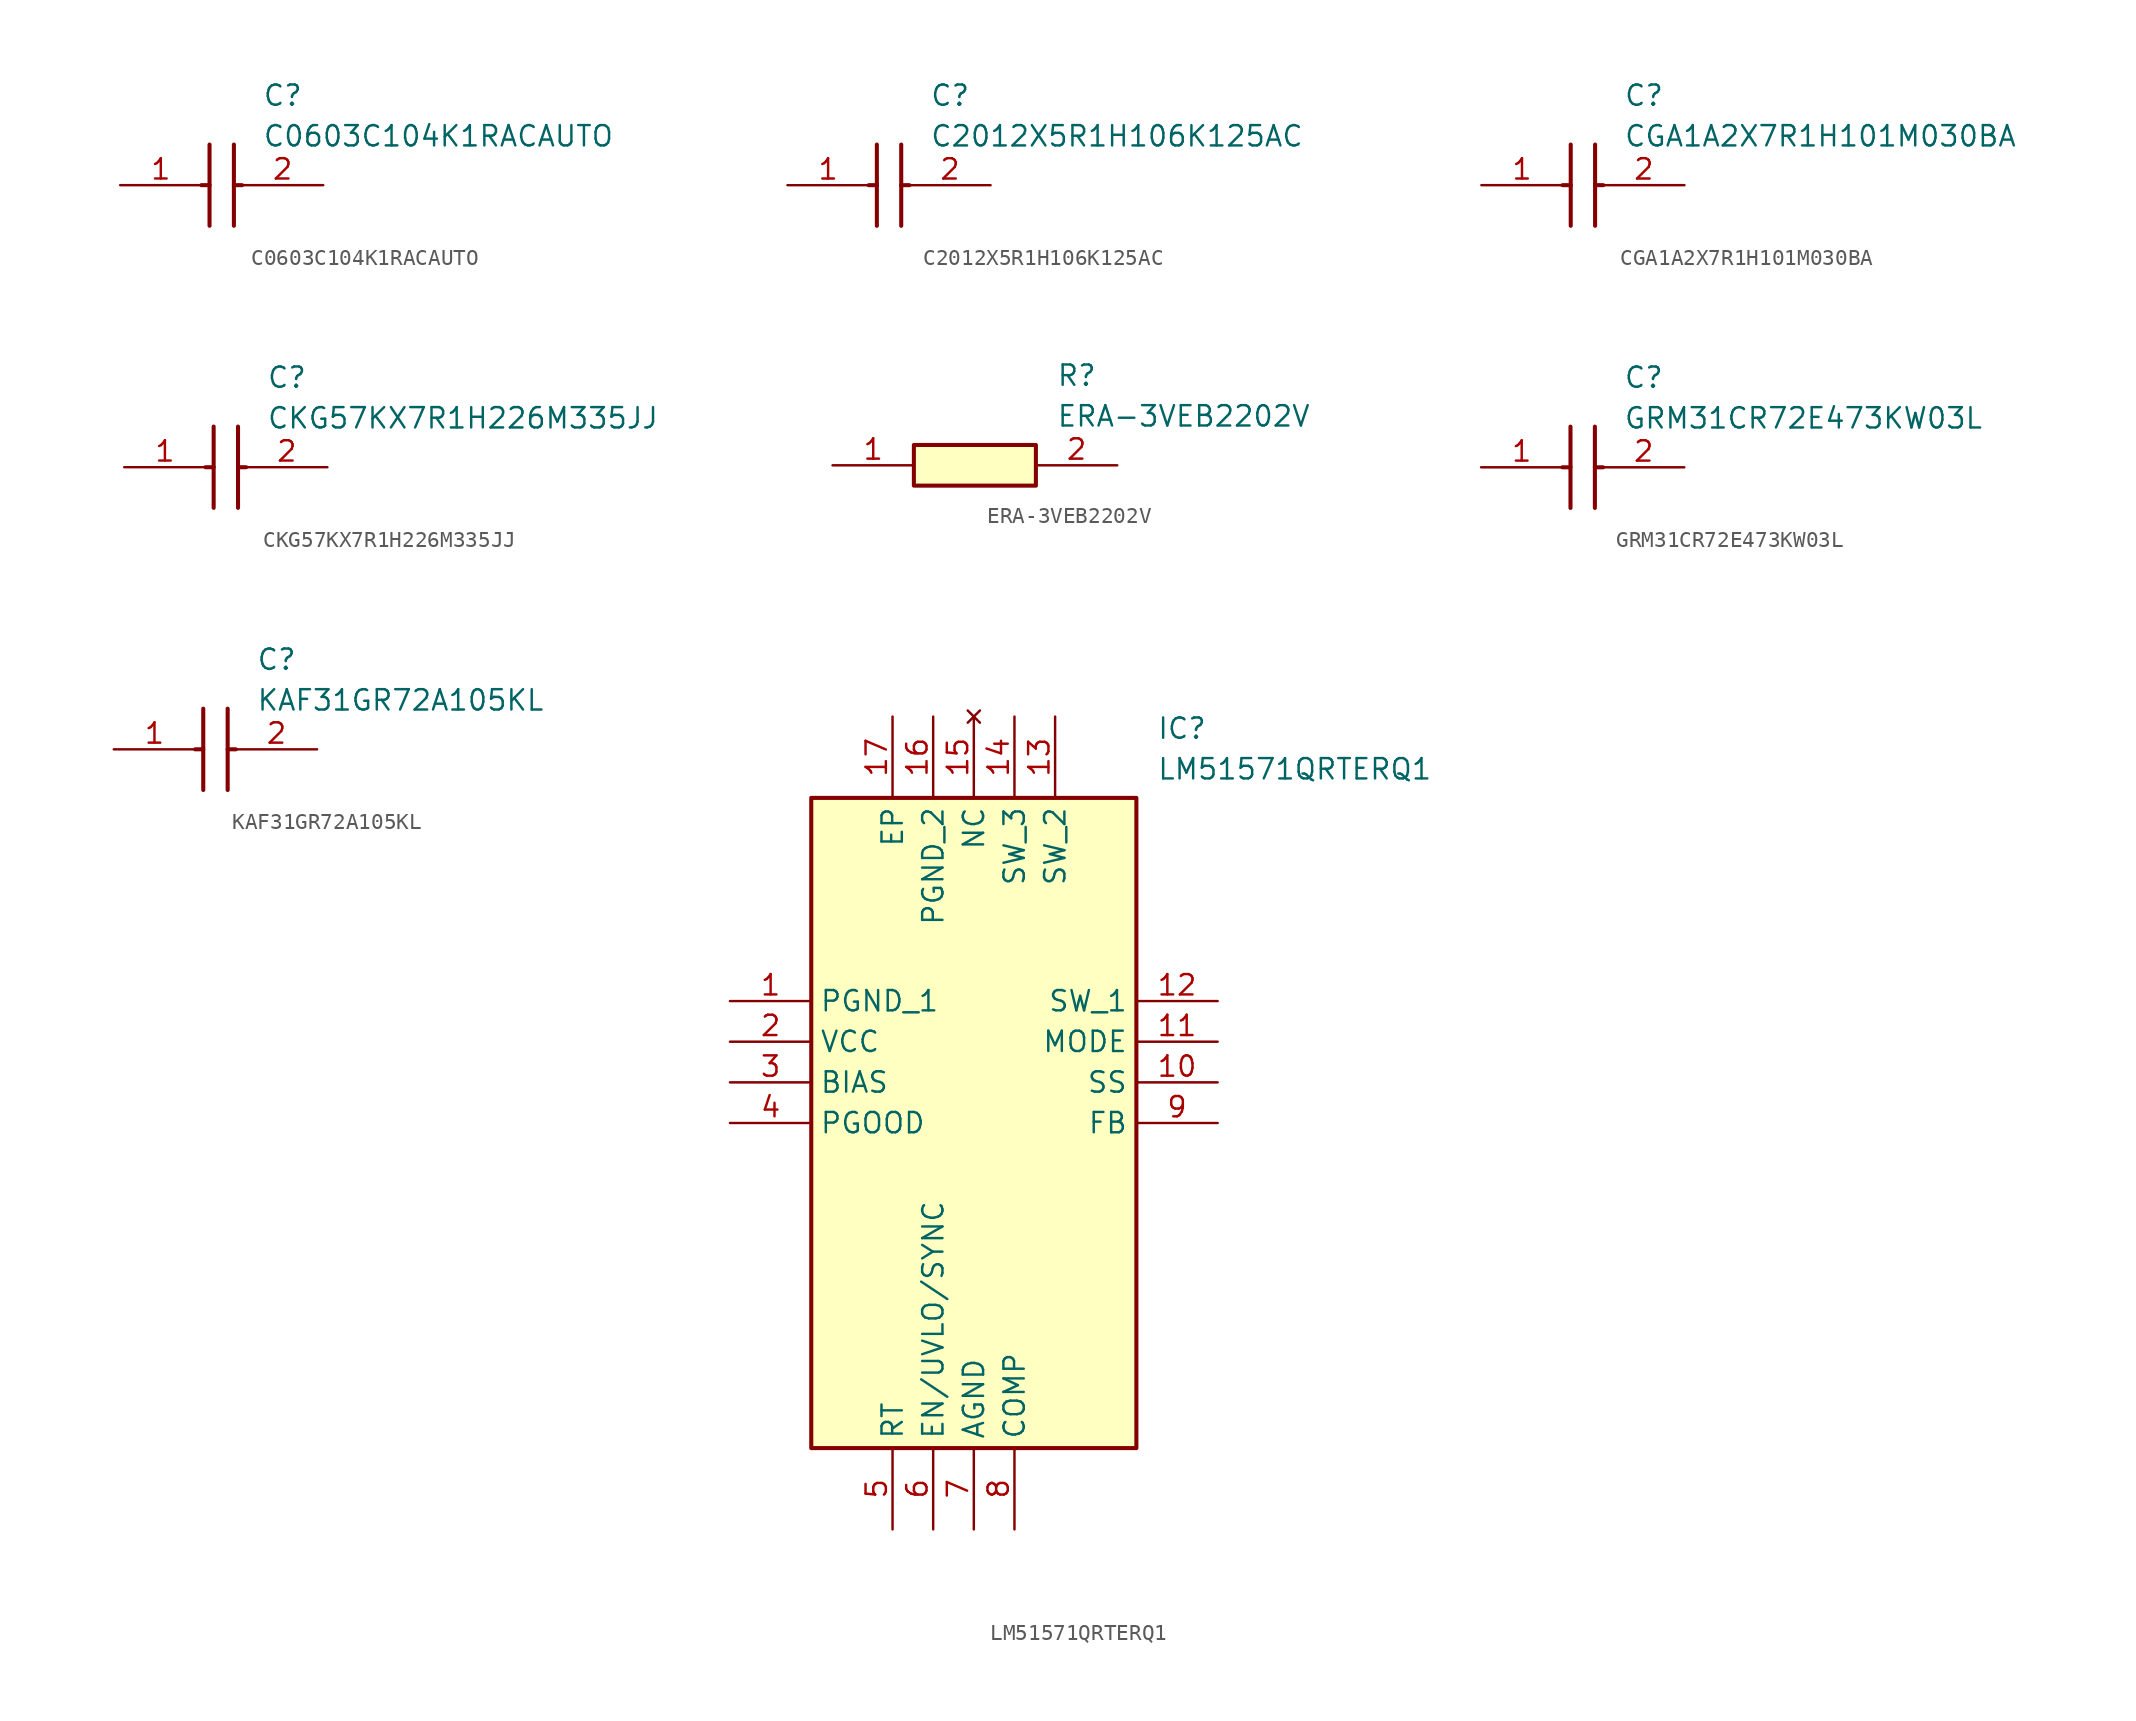
<source format=kicad_sym>
(kicad_symbol_lib
  (version 20220914)
  (generator SamacSys_ECAD_Model)
  (symbol "C0603C104K1RACAUTO"
    (pin_names hide)
    (property "Reference" "C"
      (at 8.89 6.35 0)
      (effects (font (size 1.27 1.27)) (justify left top)))
    (property "Value" "C0603C104K1RACAUTO"
      (at 8.89 3.81 0)
      (effects (font (size 1.27 1.27)) (justify left top)))
    (polyline
      (pts (xy 5.588 2.54) (xy 5.588 -2.54))
      (stroke (width 0.254) (type default))
      (fill (type none)))
    (polyline
      (pts (xy 7.112 2.54) (xy 7.112 -2.54))
      (stroke (width 0.254) (type default))
      (fill (type none)))
    (polyline
      (pts (xy 5.08 0) (xy 5.588 0))
      (stroke (width 0.254) (type default))
      (fill (type none)))
    (polyline
      (pts (xy 7.112 0) (xy 7.62 0))
      (stroke (width 0.254) (type default))
      (fill (type none)))
    (pin passive line
      (at 0 0 0)
      (length 5.08)
      (name "1" (effects (font (size 1.27 1.27))))
      (number "1" (effects (font (size 1.27 1.27)))))
    (pin passive line
      (at 12.7 0 180)
      (length 5.08)
      (name "2" (effects (font (size 1.27 1.27))))
      (number "2" (effects (font (size 1.27 1.27))))))
  (symbol "C2012X5R1H106K125AC"
    (pin_names hide)
    (property "Reference" "C"
      (at 8.89 6.35 0)
      (effects (font (size 1.27 1.27)) (justify left top)))
    (property "Value" "C2012X5R1H106K125AC"
      (at 8.89 3.81 0)
      (effects (font (size 1.27 1.27)) (justify left top)))
    (polyline
      (pts (xy 5.588 2.54) (xy 5.588 -2.54))
      (stroke (width 0.254) (type default))
      (fill (type none)))
    (polyline
      (pts (xy 7.112 2.54) (xy 7.112 -2.54))
      (stroke (width 0.254) (type default))
      (fill (type none)))
    (polyline
      (pts (xy 5.08 0) (xy 5.588 0))
      (stroke (width 0.254) (type default))
      (fill (type none)))
    (polyline
      (pts (xy 7.112 0) (xy 7.62 0))
      (stroke (width 0.254) (type default))
      (fill (type none)))
    (pin passive line
      (at 0 0 0)
      (length 5.08)
      (name "1" (effects (font (size 1.27 1.27))))
      (number "1" (effects (font (size 1.27 1.27)))))
    (pin passive line
      (at 12.7 0 180)
      (length 5.08)
      (name "2" (effects (font (size 1.27 1.27))))
      (number "2" (effects (font (size 1.27 1.27))))))
  (symbol "CGA1A2X7R1H101M030BA"
    (pin_names hide)
    (property "Reference" "C"
      (at 8.89 6.35 0)
      (effects (font (size 1.27 1.27)) (justify left top)))
    (property "Value" "CGA1A2X7R1H101M030BA"
      (at 8.89 3.81 0)
      (effects (font (size 1.27 1.27)) (justify left top)))
    (polyline
      (pts (xy 5.588 2.54) (xy 5.588 -2.54))
      (stroke (width 0.254) (type default))
      (fill (type none)))
    (polyline
      (pts (xy 7.112 2.54) (xy 7.112 -2.54))
      (stroke (width 0.254) (type default))
      (fill (type none)))
    (polyline
      (pts (xy 5.08 0) (xy 5.588 0))
      (stroke (width 0.254) (type default))
      (fill (type none)))
    (polyline
      (pts (xy 7.112 0) (xy 7.62 0))
      (stroke (width 0.254) (type default))
      (fill (type none)))
    (pin passive line
      (at 0 0 0)
      (length 5.08)
      (name "1" (effects (font (size 1.27 1.27))))
      (number "1" (effects (font (size 1.27 1.27)))))
    (pin passive line
      (at 12.7 0 180)
      (length 5.08)
      (name "2" (effects (font (size 1.27 1.27))))
      (number "2" (effects (font (size 1.27 1.27))))))
  (symbol "CKG57KX7R1H226M335JJ"
    (pin_names hide)
    (property "Reference" "C"
      (at 8.89 6.35 0)
      (effects (font (size 1.27 1.27)) (justify left top)))
    (property "Value" "CKG57KX7R1H226M335JJ"
      (at 8.89 3.81 0)
      (effects (font (size 1.27 1.27)) (justify left top)))
    (polyline
      (pts (xy 5.588 2.54) (xy 5.588 -2.54))
      (stroke (width 0.254) (type default))
      (fill (type none)))
    (polyline
      (pts (xy 7.112 2.54) (xy 7.112 -2.54))
      (stroke (width 0.254) (type default))
      (fill (type none)))
    (polyline
      (pts (xy 5.08 0) (xy 5.588 0))
      (stroke (width 0.254) (type default))
      (fill (type none)))
    (polyline
      (pts (xy 7.112 0) (xy 7.62 0))
      (stroke (width 0.254) (type default))
      (fill (type none)))
    (pin passive line
      (at 0 0 0)
      (length 5.08)
      (name "1" (effects (font (size 1.27 1.27))))
      (number "1" (effects (font (size 1.27 1.27)))))
    (pin passive line
      (at 12.7 0 180)
      (length 5.08)
      (name "2" (effects (font (size 1.27 1.27))))
      (number "2" (effects (font (size 1.27 1.27))))))
  (symbol "ERA-3VEB2202V"
    (pin_names hide)
    (property "Reference" "R"
      (at 13.97 6.35 0)
      (effects (font (size 1.27 1.27)) (justify left top)))
    (property "Value" "ERA-3VEB2202V"
      (at 13.97 3.81 0)
      (effects (font (size 1.27 1.27)) (justify left top)))
    (rectangle
      (start 5.08 1.27)
      (end 12.7 -1.27)
      (stroke (width 0.254) (type default))
      (fill (type background)))
    (pin passive line
      (at 0 0 0)
      (length 5.08)
      (name "1" (effects (font (size 1.27 1.27))))
      (number "1" (effects (font (size 1.27 1.27)))))
    (pin passive line
      (at 17.78 0 180)
      (length 5.08)
      (name "2" (effects (font (size 1.27 1.27))))
      (number "2" (effects (font (size 1.27 1.27))))))
  (symbol "GRM31CR72E473KW03L"
    (pin_names hide)
    (property "Reference" "C"
      (at 8.89 6.35 0)
      (effects (font (size 1.27 1.27)) (justify left top)))
    (property "Value" "GRM31CR72E473KW03L"
      (at 8.89 3.81 0)
      (effects (font (size 1.27 1.27)) (justify left top)))
    (polyline
      (pts (xy 5.588 2.54) (xy 5.588 -2.54))
      (stroke (width 0.254) (type default))
      (fill (type none)))
    (polyline
      (pts (xy 7.112 2.54) (xy 7.112 -2.54))
      (stroke (width 0.254) (type default))
      (fill (type none)))
    (polyline
      (pts (xy 5.08 0) (xy 5.588 0))
      (stroke (width 0.254) (type default))
      (fill (type none)))
    (polyline
      (pts (xy 7.112 0) (xy 7.62 0))
      (stroke (width 0.254) (type default))
      (fill (type none)))
    (pin passive line
      (at 0 0 0)
      (length 5.08)
      (name "1" (effects (font (size 1.27 1.27))))
      (number "1" (effects (font (size 1.27 1.27)))))
    (pin passive line
      (at 12.7 0 180)
      (length 5.08)
      (name "2" (effects (font (size 1.27 1.27))))
      (number "2" (effects (font (size 1.27 1.27))))))
  (symbol "KAF31GR72A105KL"
    (pin_names hide)
    (property "Reference" "C"
      (at 8.89 6.35 0)
      (effects (font (size 1.27 1.27)) (justify left top)))
    (property "Value" "KAF31GR72A105KL"
      (at 8.89 3.81 0)
      (effects (font (size 1.27 1.27)) (justify left top)))
    (polyline
      (pts (xy 5.588 2.54) (xy 5.588 -2.54))
      (stroke (width 0.254) (type default))
      (fill (type none)))
    (polyline
      (pts (xy 7.112 2.54) (xy 7.112 -2.54))
      (stroke (width 0.254) (type default))
      (fill (type none)))
    (polyline
      (pts (xy 5.08 0) (xy 5.588 0))
      (stroke (width 0.254) (type default))
      (fill (type none)))
    (polyline
      (pts (xy 7.112 0) (xy 7.62 0))
      (stroke (width 0.254) (type default))
      (fill (type none)))
    (pin passive line
      (at 0 0 0)
      (length 5.08)
      (name "1" (effects (font (size 1.27 1.27))))
      (number "1" (effects (font (size 1.27 1.27)))))
    (pin passive line
      (at 12.7 0 180)
      (length 5.08)
      (name "2" (effects (font (size 1.27 1.27))))
      (number "2" (effects (font (size 1.27 1.27))))))
  (symbol "LM51571QRTERQ1"
    (property "Reference" "IC"
      (at 26.67 17.78 0)
      (effects (font (size 1.27 1.27)) (justify left top)))
    (property "Value" "LM51571QRTERQ1"
      (at 26.67 15.24 0)
      (effects (font (size 1.27 1.27)) (justify left top)))
    (rectangle
      (start 5.08 12.7)
      (end 25.4 -27.94)
      (stroke (width 0.254) (type default))
      (fill (type background)))
    (pin passive line
      (at 0 0 0)
      (length 5.08)
      (name "PGND_1" (effects (font (size 1.27 1.27))))
      (number "1" (effects (font (size 1.27 1.27)))))
    (pin passive line
      (at 0 -2.54 0)
      (length 5.08)
      (name "VCC" (effects (font (size 1.27 1.27))))
      (number "2" (effects (font (size 1.27 1.27)))))
    (pin passive line
      (at 0 -5.08 0)
      (length 5.08)
      (name "BIAS" (effects (font (size 1.27 1.27))))
      (number "3" (effects (font (size 1.27 1.27)))))
    (pin passive line
      (at 0 -7.62 0)
      (length 5.08)
      (name "PGOOD" (effects (font (size 1.27 1.27))))
      (number "4" (effects (font (size 1.27 1.27)))))
    (pin passive line
      (at 10.16 -33.02 90)
      (length 5.08)
      (name "RT" (effects (font (size 1.27 1.27))))
      (number "5" (effects (font (size 1.27 1.27)))))
    (pin passive line
      (at 12.7 -33.02 90)
      (length 5.08)
      (name "EN/UVLO/SYNC" (effects (font (size 1.27 1.27))))
      (number "6" (effects (font (size 1.27 1.27)))))
    (pin passive line
      (at 15.24 -33.02 90)
      (length 5.08)
      (name "AGND" (effects (font (size 1.27 1.27))))
      (number "7" (effects (font (size 1.27 1.27)))))
    (pin passive line
      (at 17.78 -33.02 90)
      (length 5.08)
      (name "COMP" (effects (font (size 1.27 1.27))))
      (number "8" (effects (font (size 1.27 1.27)))))
    (pin passive line
      (at 30.48 0 180)
      (length 5.08)
      (name "SW_1" (effects (font (size 1.27 1.27))))
      (number "12" (effects (font (size 1.27 1.27)))))
    (pin passive line
      (at 30.48 -2.54 180)
      (length 5.08)
      (name "MODE" (effects (font (size 1.27 1.27))))
      (number "11" (effects (font (size 1.27 1.27)))))
    (pin passive line
      (at 30.48 -5.08 180)
      (length 5.08)
      (name "SS" (effects (font (size 1.27 1.27))))
      (number "10" (effects (font (size 1.27 1.27)))))
    (pin passive line
      (at 30.48 -7.62 180)
      (length 5.08)
      (name "FB" (effects (font (size 1.27 1.27))))
      (number "9" (effects (font (size 1.27 1.27)))))
    (pin passive line
      (at 10.16 17.78 270)
      (length 5.08)
      (name "EP" (effects (font (size 1.27 1.27))))
      (number "17" (effects (font (size 1.27 1.27)))))
    (pin passive line
      (at 12.7 17.78 270)
      (length 5.08)
      (name "PGND_2" (effects (font (size 1.27 1.27))))
      (number "16" (effects (font (size 1.27 1.27)))))
    (pin no_connect line
      (at 15.24 17.78 270)
      (length 5.08)
      (name "NC" (effects (font (size 1.27 1.27))))
      (number "15" (effects (font (size 1.27 1.27)))))
    (pin passive line
      (at 17.78 17.78 270)
      (length 5.08)
      (name "SW_3" (effects (font (size 1.27 1.27))))
      (number "14" (effects (font (size 1.27 1.27)))))
    (pin passive line
      (at 20.32 17.78 270)
      (length 5.08)
      (name "SW_2" (effects (font (size 1.27 1.27))))
      (number "13" (effects (font (size 1.27 1.27)))))))
</source>
